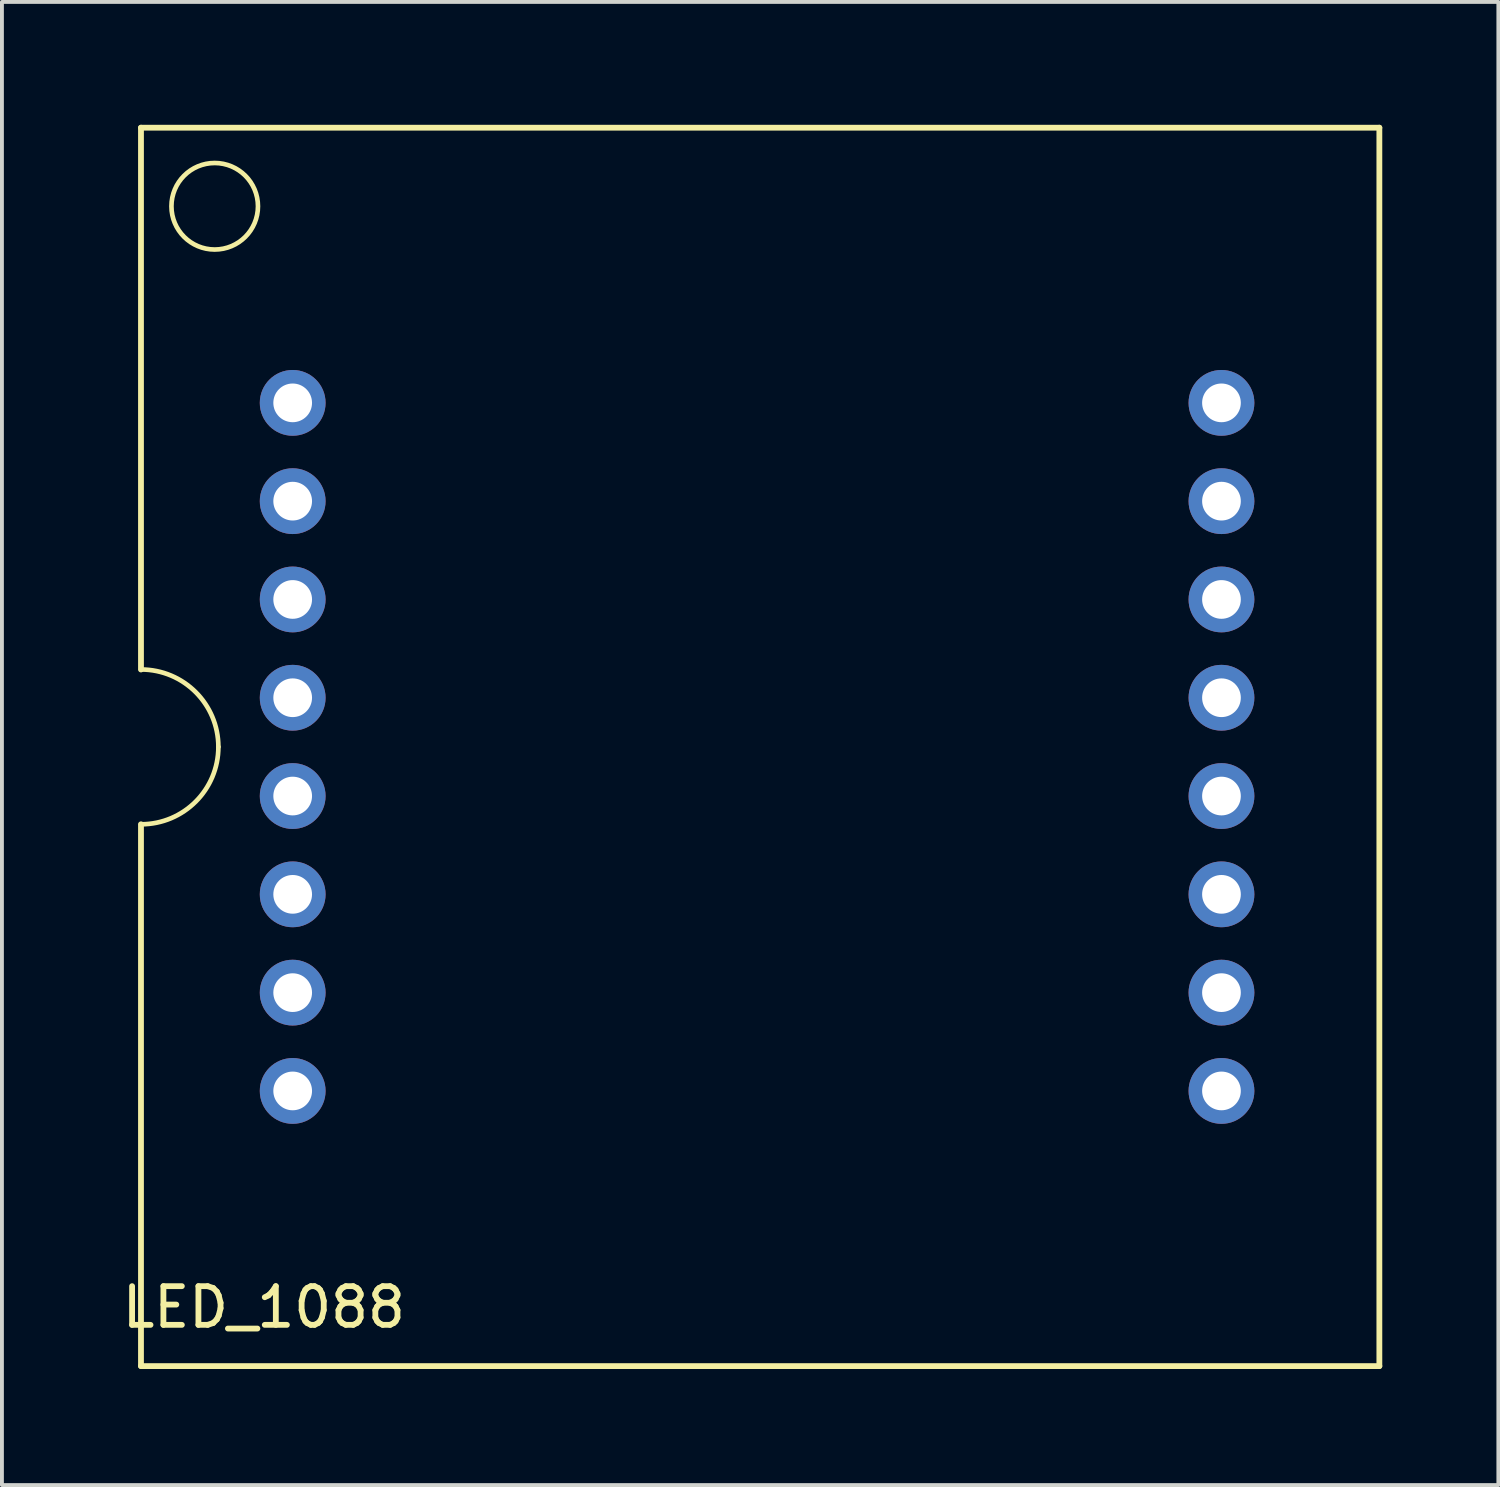
<source format=kicad_pcb>
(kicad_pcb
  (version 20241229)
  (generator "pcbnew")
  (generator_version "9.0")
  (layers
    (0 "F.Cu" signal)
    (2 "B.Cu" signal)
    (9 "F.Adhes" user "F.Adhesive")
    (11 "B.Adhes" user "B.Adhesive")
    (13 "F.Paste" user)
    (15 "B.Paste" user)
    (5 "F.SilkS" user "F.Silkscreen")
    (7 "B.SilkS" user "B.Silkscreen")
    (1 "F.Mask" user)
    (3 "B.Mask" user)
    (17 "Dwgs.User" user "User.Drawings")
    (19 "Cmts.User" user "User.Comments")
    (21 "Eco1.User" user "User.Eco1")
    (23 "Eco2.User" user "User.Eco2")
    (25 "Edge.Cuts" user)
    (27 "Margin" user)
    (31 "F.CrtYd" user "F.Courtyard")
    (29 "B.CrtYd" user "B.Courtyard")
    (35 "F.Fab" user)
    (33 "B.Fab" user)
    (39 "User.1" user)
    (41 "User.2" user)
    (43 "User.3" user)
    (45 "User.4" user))
  (footprint "LED_1088"
    (layer "F.Cu")
    (at 0.593 0.25)
    (property "Reference" "LED_1088" (at 3.175 30.48 0) (layer "F.SilkS") (effects (font (size 1 1) (thickness 0.15))))
    (attr through_hole)
    (fp_line (start 0 0) (end 0 14) (stroke (width 0.15) (type solid)) (layer "F.SilkS"))
    (fp_line (start 0 18) (end 0 32) (stroke (width 0.15) (type solid)) (layer "F.SilkS"))
    (fp_line (start 0 32) (end 32 32) (stroke (width 0.15) (type solid)) (layer "F.SilkS"))
    (fp_line (start 32 0) (end 0 0) (stroke (width 0.15) (type solid)) (layer "F.SilkS"))
    (fp_line (start 32 32) (end 32 0) (stroke (width 0.15) (type solid)) (layer "F.SilkS"))
    (fp_arc (start 0 14) (mid 1.414214 14.585786) (end 2 16) (stroke (width 0.12) (type solid)) (layer "F.SilkS"))
    (fp_arc (start 2 16) (mid 1.414214 17.414214) (end 0 18) (stroke (width 0.12) (type solid)) (layer "F.SilkS"))
    (fp_circle (center 1.905 2.03) (end 1.905 0.912) (stroke (width 0.12) (type solid)) (fill no) (layer "F.SilkS"))
    (pad "1" thru_hole circle (at 3.92 7.11 270) (size 1.7 1.7) (drill 1) (layers "*.Cu" "*.Mask"))
    (pad "2" thru_hole circle (at 3.92 9.65 270) (size 1.7 1.7) (drill 1) (layers "*.Cu" "*.Mask"))
    (pad "3" thru_hole circle (at 3.92 12.19 270) (size 1.7 1.7) (drill 1) (layers "*.Cu" "*.Mask"))
    (pad "4" thru_hole circle (at 3.92 14.73 270) (size 1.7 1.7) (drill 1) (layers "*.Cu" "*.Mask"))
    (pad "5" thru_hole circle (at 3.92 17.27 270) (size 1.7 1.7) (drill 1) (layers "*.Cu" "*.Mask"))
    (pad "6" thru_hole circle (at 3.92 19.81 270) (size 1.7 1.7) (drill 1) (layers "*.Cu" "*.Mask"))
    (pad "7" thru_hole circle (at 3.92 22.35 270) (size 1.7 1.7) (drill 1) (layers "*.Cu" "*.Mask"))
    (pad "8" thru_hole circle (at 3.92 24.89 270) (size 1.7 1.7) (drill 1) (layers "*.Cu" "*.Mask"))
    (pad "9" thru_hole circle (at 27.92 24.89 270) (size 1.7 1.7) (drill 1) (layers "*.Cu" "*.Mask"))
    (pad "10" thru_hole circle (at 27.92 22.35 270) (size 1.7 1.7) (drill 1) (layers "*.Cu" "*.Mask"))
    (pad "11" thru_hole circle (at 27.92 19.81 270) (size 1.7 1.7) (drill 1) (layers "*.Cu" "*.Mask"))
    (pad "12" thru_hole circle (at 27.92 17.27 270) (size 1.7 1.7) (drill 1) (layers "*.Cu" "*.Mask"))
    (pad "13" thru_hole circle (at 27.92 14.73 270) (size 1.7 1.7) (drill 1) (layers "*.Cu" "*.Mask"))
    (pad "14" thru_hole circle (at 27.92 12.19 270) (size 1.7 1.7) (drill 1) (layers "*.Cu" "*.Mask"))
    (pad "15" thru_hole circle (at 27.92 9.65 270) (size 1.7 1.7) (drill 1) (layers "*.Cu" "*.Mask"))
    (pad "16" thru_hole circle (at 27.92 7.11 270) (size 1.7 1.7) (drill 1) (layers "*.Cu" "*.Mask")))
  (gr_rect
    (start -3 -3)
    (end 35.668 35.325)
    (stroke (width 0.1) (type default))
    (fill no)
    (layer "Edge.Cuts")))
</source>
